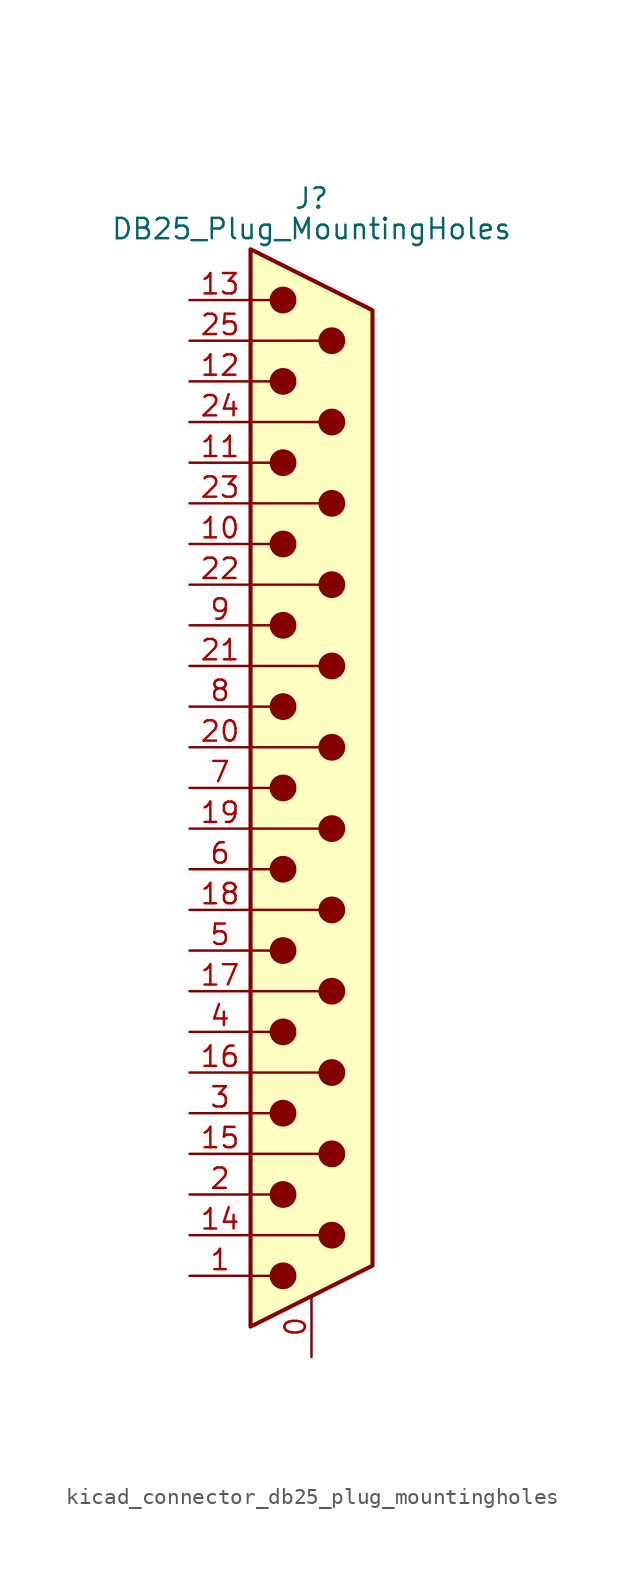
<source format=kicad_sym>
(kicad_symbol_lib
  (version 20220914)
  (generator kicad_symbol_editor)
  (symbol "kicad_connector_db25_plug_mountingholes"
    (pin_names
      (offset 1.016) hide)
    (property "Reference" "J"
      (at 0 36.83 0)
      (effects (font (size 1.27 1.27))))
    (property "Value" "DB25_Plug_MountingHoles"
      (at 0 34.925 0)
      (effects (font (size 1.27 1.27))))
    (symbol "kicad_connector_db25_plug_mountingholes_0_1"
      (circle (center -1.778 -30.48) (radius 0.762) (stroke (width 0) (type default)) (fill (type outline)))
      (circle (center -1.778 -25.4) (radius 0.762) (stroke (width 0) (type default)) (fill (type outline)))
      (circle (center -1.778 -20.32) (radius 0.762) (stroke (width 0) (type default)) (fill (type outline)))
      (circle (center -1.778 -15.24) (radius 0.762) (stroke (width 0) (type default)) (fill (type outline)))
      (circle (center -1.778 -10.16) (radius 0.762) (stroke (width 0) (type default)) (fill (type outline)))
      (circle (center -1.778 -5.08) (radius 0.762) (stroke (width 0) (type default)) (fill (type outline)))
      (circle (center -1.778 0) (radius 0.762) (stroke (width 0) (type default)) (fill (type outline)))
      (circle (center -1.778 5.08) (radius 0.762) (stroke (width 0) (type default)) (fill (type outline)))
      (circle (center -1.778 10.16) (radius 0.762) (stroke (width 0) (type default)) (fill (type outline)))
      (circle (center -1.778 15.24) (radius 0.762) (stroke (width 0) (type default)) (fill (type outline)))
      (circle (center -1.778 20.32) (radius 0.762) (stroke (width 0) (type default)) (fill (type outline)))
      (circle (center -1.778 25.4) (radius 0.762) (stroke (width 0) (type default)) (fill (type outline)))
      (circle (center -1.778 30.48) (radius 0.762) (stroke (width 0) (type default)) (fill (type outline)))
      (polyline (pts (xy -3.81 -30.48) (xy -2.54 -30.48)) (stroke (width 0) (type default)) (fill (type none)))
      (polyline (pts (xy -3.81 -27.94) (xy 0.508 -27.94)) (stroke (width 0) (type default)) (fill (type none)))
      (polyline (pts (xy -3.81 -25.4) (xy -2.54 -25.4)) (stroke (width 0) (type default)) (fill (type none)))
      (polyline (pts (xy -3.81 -22.86) (xy 0.508 -22.86)) (stroke (width 0) (type default)) (fill (type none)))
      (polyline (pts (xy -3.81 -20.32) (xy -2.54 -20.32)) (stroke (width 0) (type default)) (fill (type none)))
      (polyline (pts (xy -3.81 -17.78) (xy 0.508 -17.78)) (stroke (width 0) (type default)) (fill (type none)))
      (polyline (pts (xy -3.81 -15.24) (xy -2.54 -15.24)) (stroke (width 0) (type default)) (fill (type none)))
      (polyline (pts (xy -3.81 -12.7) (xy 0.508 -12.7)) (stroke (width 0) (type default)) (fill (type none)))
      (polyline (pts (xy -3.81 -10.16) (xy -2.54 -10.16)) (stroke (width 0) (type default)) (fill (type none)))
      (polyline (pts (xy -3.81 -7.62) (xy 0.508 -7.62)) (stroke (width 0) (type default)) (fill (type none)))
      (polyline (pts (xy -3.81 -5.08) (xy -2.54 -5.08)) (stroke (width 0) (type default)) (fill (type none)))
      (polyline (pts (xy -3.81 -2.54) (xy 0.508 -2.54)) (stroke (width 0) (type default)) (fill (type none)))
      (polyline (pts (xy -3.81 0) (xy -2.54 0)) (stroke (width 0) (type default)) (fill (type none)))
      (polyline (pts (xy -3.81 2.54) (xy 0.508 2.54)) (stroke (width 0) (type default)) (fill (type none)))
      (polyline (pts (xy -3.81 5.08) (xy -2.54 5.08)) (stroke (width 0) (type default)) (fill (type none)))
      (polyline (pts (xy -3.81 7.62) (xy 0.508 7.62)) (stroke (width 0) (type default)) (fill (type none)))
      (polyline (pts (xy -3.81 10.16) (xy -2.54 10.16)) (stroke (width 0) (type default)) (fill (type none)))
      (polyline (pts (xy -3.81 12.7) (xy 0.508 12.7)) (stroke (width 0) (type default)) (fill (type none)))
      (polyline (pts (xy -3.81 15.24) (xy -2.54 15.24)) (stroke (width 0) (type default)) (fill (type none)))
      (polyline (pts (xy -3.81 17.78) (xy 0.508 17.78)) (stroke (width 0) (type default)) (fill (type none)))
      (polyline (pts (xy -3.81 20.32) (xy -2.54 20.32)) (stroke (width 0) (type default)) (fill (type none)))
      (polyline (pts (xy -3.81 22.86) (xy 0.508 22.86)) (stroke (width 0) (type default)) (fill (type none)))
      (polyline (pts (xy -3.81 25.4) (xy -2.54 25.4)) (stroke (width 0) (type default)) (fill (type none)))
      (polyline (pts (xy -3.81 27.94) (xy 0.508 27.94)) (stroke (width 0) (type default)) (fill (type none)))
      (polyline (pts (xy -3.81 30.48) (xy -2.54 30.48)) (stroke (width 0) (type default)) (fill (type none)))
      (polyline (pts (xy -3.81 -33.655) (xy 3.81 -29.845) (xy 3.81 29.845) (xy -3.81 33.655) (xy -3.81 -33.655)) (stroke (width 0.254) (type default)) (fill (type background)))
      (circle (center 1.27 -27.94) (radius 0.762) (stroke (width 0) (type default)) (fill (type outline)))
      (circle (center 1.27 -22.86) (radius 0.762) (stroke (width 0) (type default)) (fill (type outline)))
      (circle (center 1.27 -17.78) (radius 0.762) (stroke (width 0) (type default)) (fill (type outline)))
      (circle (center 1.27 -12.7) (radius 0.762) (stroke (width 0) (type default)) (fill (type outline)))
      (circle (center 1.27 -7.62) (radius 0.762) (stroke (width 0) (type default)) (fill (type outline)))
      (circle (center 1.27 -2.54) (radius 0.762) (stroke (width 0) (type default)) (fill (type outline)))
      (circle (center 1.27 2.54) (radius 0.762) (stroke (width 0) (type default)) (fill (type outline)))
      (circle (center 1.27 7.62) (radius 0.762) (stroke (width 0) (type default)) (fill (type outline)))
      (circle (center 1.27 12.7) (radius 0.762) (stroke (width 0) (type default)) (fill (type outline)))
      (circle (center 1.27 17.78) (radius 0.762) (stroke (width 0) (type default)) (fill (type outline)))
      (circle (center 1.27 22.86) (radius 0.762) (stroke (width 0) (type default)) (fill (type outline)))
      (circle (center 1.27 27.94) (radius 0.762) (stroke (width 0) (type default)) (fill (type outline))))
    (symbol "kicad_connector_db25_plug_mountingholes_1_1"
      (pin passive line (at 0 -35.56 90) (length 3.81) (name "PAD" (effects (font (size 1.27 1.27)))) (number "0" (effects (font (size 1.27 1.27)))))
      (pin passive line (at -7.62 -30.48 0) (length 3.81) (name "1" (effects (font (size 1.27 1.27)))) (number "1" (effects (font (size 1.27 1.27)))))
      (pin passive line (at -7.62 15.24 0) (length 3.81) (name "10" (effects (font (size 1.27 1.27)))) (number "10" (effects (font (size 1.27 1.27)))))
      (pin passive line (at -7.62 20.32 0) (length 3.81) (name "11" (effects (font (size 1.27 1.27)))) (number "11" (effects (font (size 1.27 1.27)))))
      (pin passive line (at -7.62 25.4 0) (length 3.81) (name "12" (effects (font (size 1.27 1.27)))) (number "12" (effects (font (size 1.27 1.27)))))
      (pin passive line (at -7.62 30.48 0) (length 3.81) (name "13" (effects (font (size 1.27 1.27)))) (number "13" (effects (font (size 1.27 1.27)))))
      (pin passive line (at -7.62 -27.94 0) (length 3.81) (name "P14" (effects (font (size 1.27 1.27)))) (number "14" (effects (font (size 1.27 1.27)))))
      (pin passive line (at -7.62 -22.86 0) (length 3.81) (name "P15" (effects (font (size 1.27 1.27)))) (number "15" (effects (font (size 1.27 1.27)))))
      (pin passive line (at -7.62 -17.78 0) (length 3.81) (name "P16" (effects (font (size 1.27 1.27)))) (number "16" (effects (font (size 1.27 1.27)))))
      (pin passive line (at -7.62 -12.7 0) (length 3.81) (name "P17" (effects (font (size 1.27 1.27)))) (number "17" (effects (font (size 1.27 1.27)))))
      (pin passive line (at -7.62 -7.62 0) (length 3.81) (name "P18" (effects (font (size 1.27 1.27)))) (number "18" (effects (font (size 1.27 1.27)))))
      (pin passive line (at -7.62 -2.54 0) (length 3.81) (name "P19" (effects (font (size 1.27 1.27)))) (number "19" (effects (font (size 1.27 1.27)))))
      (pin passive line (at -7.62 -25.4 0) (length 3.81) (name "2" (effects (font (size 1.27 1.27)))) (number "2" (effects (font (size 1.27 1.27)))))
      (pin passive line (at -7.62 2.54 0) (length 3.81) (name "P20" (effects (font (size 1.27 1.27)))) (number "20" (effects (font (size 1.27 1.27)))))
      (pin passive line (at -7.62 7.62 0) (length 3.81) (name "P21" (effects (font (size 1.27 1.27)))) (number "21" (effects (font (size 1.27 1.27)))))
      (pin passive line (at -7.62 12.7 0) (length 3.81) (name "P22" (effects (font (size 1.27 1.27)))) (number "22" (effects (font (size 1.27 1.27)))))
      (pin passive line (at -7.62 17.78 0) (length 3.81) (name "P23" (effects (font (size 1.27 1.27)))) (number "23" (effects (font (size 1.27 1.27)))))
      (pin passive line (at -7.62 22.86 0) (length 3.81) (name "P24" (effects (font (size 1.27 1.27)))) (number "24" (effects (font (size 1.27 1.27)))))
      (pin passive line (at -7.62 27.94 0) (length 3.81) (name "P25" (effects (font (size 1.27 1.27)))) (number "25" (effects (font (size 1.27 1.27)))))
      (pin passive line (at -7.62 -20.32 0) (length 3.81) (name "3" (effects (font (size 1.27 1.27)))) (number "3" (effects (font (size 1.27 1.27)))))
      (pin passive line (at -7.62 -15.24 0) (length 3.81) (name "4" (effects (font (size 1.27 1.27)))) (number "4" (effects (font (size 1.27 1.27)))))
      (pin passive line (at -7.62 -10.16 0) (length 3.81) (name "5" (effects (font (size 1.27 1.27)))) (number "5" (effects (font (size 1.27 1.27)))))
      (pin passive line (at -7.62 -5.08 0) (length 3.81) (name "6" (effects (font (size 1.27 1.27)))) (number "6" (effects (font (size 1.27 1.27)))))
      (pin passive line (at -7.62 0 0) (length 3.81) (name "7" (effects (font (size 1.27 1.27)))) (number "7" (effects (font (size 1.27 1.27)))))
      (pin passive line (at -7.62 5.08 0) (length 3.81) (name "8" (effects (font (size 1.27 1.27)))) (number "8" (effects (font (size 1.27 1.27)))))
      (pin passive line (at -7.62 10.16 0) (length 3.81) (name "9" (effects (font (size 1.27 1.27)))) (number "9" (effects (font (size 1.27 1.27))))))))
</source>
